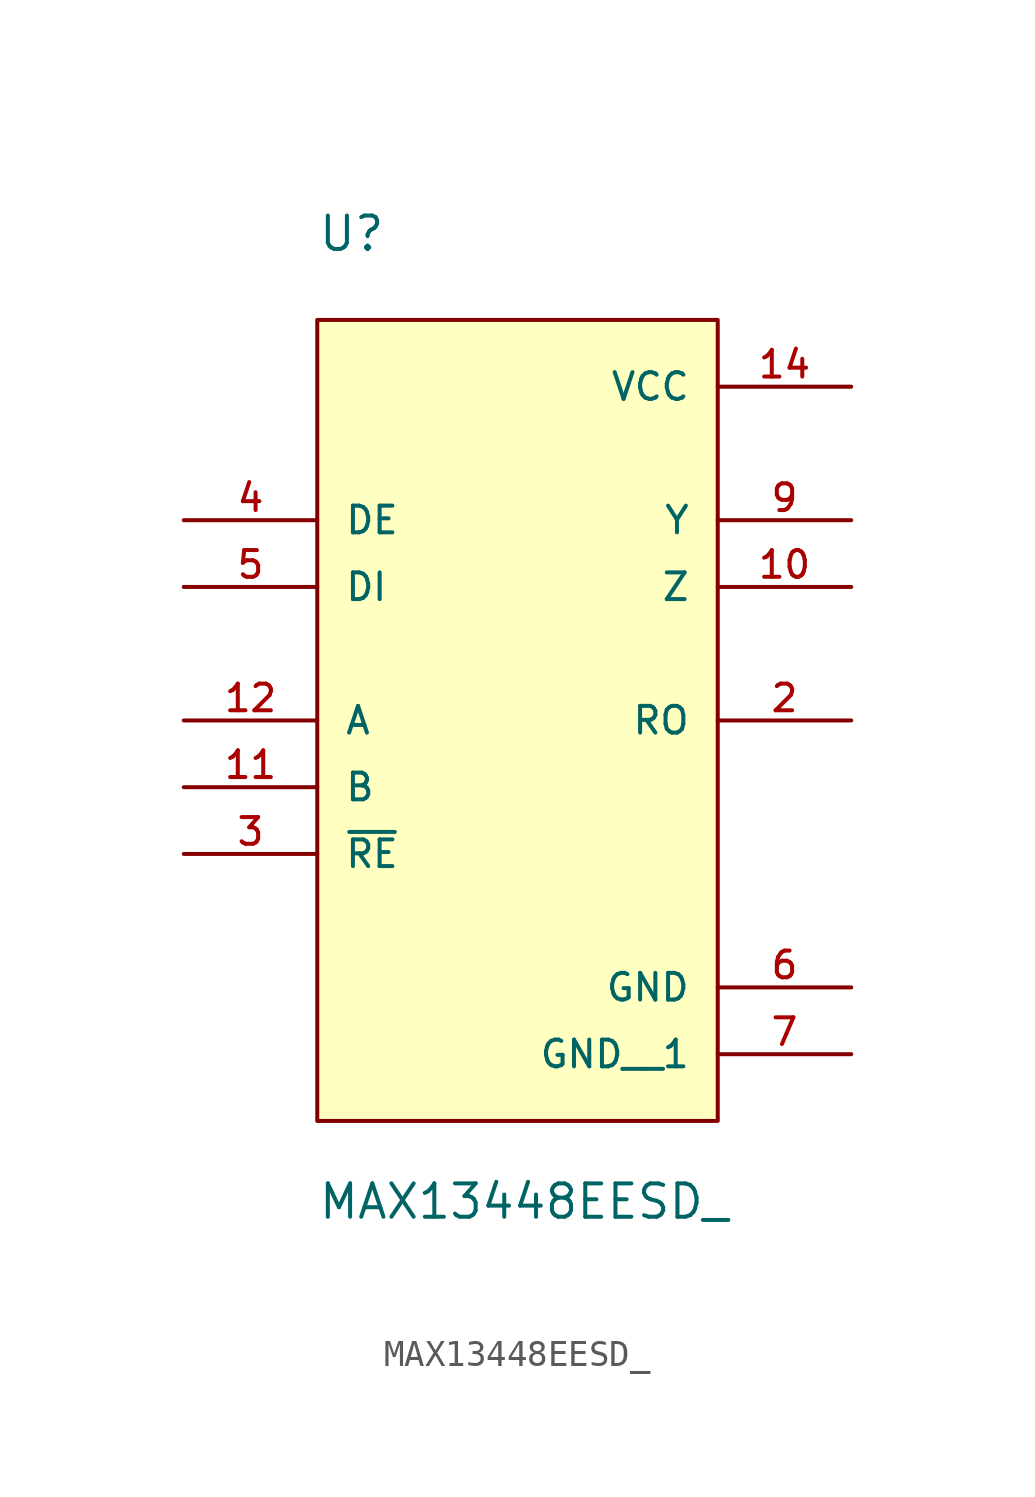
<source format=kicad_sym>
(kicad_symbol_lib
  (version 20211014)
  (generator kicad_symbol_editor)
  (symbol "MAX13448EESD_"
    (pin_names
      (offset 1.016))
    (property "Reference" "U"
      (at -7.62 17.78 0.0)
      (effects (font (size 1.27 1.27)) (justify bottom left)))
    (property "Value" "MAX13448EESD_"
      (at -7.62 -19.05 0.0)
      (effects (font (size 1.27 1.27)) (justify bottom left)))
    (symbol "MAX13448EESD__0_0"
      (rectangle (start -7.62 -15.24) (end 7.62 15.24) (stroke (width 0.152)) (fill (type background)))
      (pin output line (at 12.7 0.0 180.0) (length 5.08) (name "RO" (effects (font (size 1.016 1.016)))) (number "2" (effects (font (size 1.016 1.016)))))
      (pin input line (at -12.7 -5.08 0) (length 5.08) (name "~{RE}" (effects (font (size 1.016 1.016)))) (number "3" (effects (font (size 1.016 1.016)))))
      (pin input line (at -12.7 7.62 0) (length 5.08) (name "DE" (effects (font (size 1.016 1.016)))) (number "4" (effects (font (size 1.016 1.016)))))
      (pin input line (at -12.7 5.08 0) (length 5.08) (name "DI" (effects (font (size 1.016 1.016)))) (number "5" (effects (font (size 1.016 1.016)))))
      (pin power_in line (at 12.7 -10.16 180.0) (length 5.08) (name "GND" (effects (font (size 1.016 1.016)))) (number "6" (effects (font (size 1.016 1.016)))))
      (pin output line (at 12.7 7.62 180.0) (length 5.08) (name "Y" (effects (font (size 1.016 1.016)))) (number "9" (effects (font (size 1.016 1.016)))))
      (pin output line (at 12.7 5.08 180.0) (length 5.08) (name "Z" (effects (font (size 1.016 1.016)))) (number "10" (effects (font (size 1.016 1.016)))))
      (pin input line (at -12.7 -2.54 0) (length 5.08) (name "B" (effects (font (size 1.016 1.016)))) (number "11" (effects (font (size 1.016 1.016)))))
      (pin input line (at -12.7 0.0 0) (length 5.08) (name "A" (effects (font (size 1.016 1.016)))) (number "12" (effects (font (size 1.016 1.016)))))
      (pin power_in line (at 12.7 12.7 180.0) (length 5.08) (name "VCC" (effects (font (size 1.016 1.016)))) (number "14" (effects (font (size 1.016 1.016)))))
      (pin power_in line (at 12.7 -12.7 180.0) (length 5.08) (name "GND__1" (effects (font (size 1.016 1.016)))) (number "7" (effects (font (size 1.016 1.016))))))))
</source>
